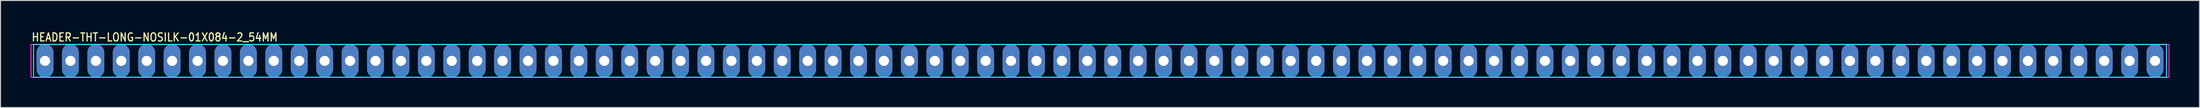
<source format=kicad_pcb>
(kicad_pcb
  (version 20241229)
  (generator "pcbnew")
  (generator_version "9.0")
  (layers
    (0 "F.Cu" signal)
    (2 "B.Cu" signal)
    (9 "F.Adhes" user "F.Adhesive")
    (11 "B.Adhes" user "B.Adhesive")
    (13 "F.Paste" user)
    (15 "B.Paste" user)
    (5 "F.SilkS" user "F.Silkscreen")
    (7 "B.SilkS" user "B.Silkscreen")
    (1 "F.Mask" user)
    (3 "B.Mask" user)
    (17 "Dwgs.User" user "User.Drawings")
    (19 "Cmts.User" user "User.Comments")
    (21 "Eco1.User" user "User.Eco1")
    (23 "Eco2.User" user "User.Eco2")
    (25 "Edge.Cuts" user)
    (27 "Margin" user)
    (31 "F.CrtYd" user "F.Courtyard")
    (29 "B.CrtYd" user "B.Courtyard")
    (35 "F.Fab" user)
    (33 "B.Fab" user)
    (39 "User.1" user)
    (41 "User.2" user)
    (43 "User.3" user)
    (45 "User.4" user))
  (footprint "HEADER-THT-LONG-NOSILK-01X084-2_54MM"
    (layer "F.Cu")
    (at 1.447 3.079)
    (property "Reference" "HEADER-THT-LONG-NOSILK-01X084-2_54MM" (at -1.4 -1.9 0) (unlocked yes) (layer "F.SilkS") (effects (font (size 0.813 0.695) (thickness 0.122)) (justify left bottom)))
    (fp_poly (pts (xy -1.143 -1.651) (xy 211.963 -1.651) (xy 211.963 1.651) (xy -1.143 1.651)) (stroke (width 0.1) (type solid)) (fill no) (layer "B.CrtYd"))
    (fp_poly (pts (xy -1.397 -1.651) (xy 212.217 -1.651) (xy 212.217 1.651) (xy -1.397 1.651)) (stroke (width 0.1) (type solid)) (fill no) (layer "F.CrtYd"))
    (pad "P$1" thru_hole oval (at 0 0 90) (size 3.387 1.693) (drill 1.016) (layers "*.Cu" "*.Mask"))
    (pad "P$2" thru_hole oval (at 2.54 0 90) (size 3.387 1.693) (drill 1.016) (layers "*.Cu" "*.Mask"))
    (pad "P$3" thru_hole oval (at 5.08 0 90) (size 3.387 1.693) (drill 1.016) (layers "*.Cu" "*.Mask"))
    (pad "P$4" thru_hole oval (at 7.62 0 90) (size 3.387 1.693) (drill 1.016) (layers "*.Cu" "*.Mask"))
    (pad "P$5" thru_hole oval (at 10.16 0 90) (size 3.387 1.693) (drill 1.016) (layers "*.Cu" "*.Mask"))
    (pad "P$6" thru_hole oval (at 12.7 0 90) (size 3.387 1.693) (drill 1.016) (layers "*.Cu" "*.Mask"))
    (pad "P$7" thru_hole oval (at 15.24 0 90) (size 3.387 1.693) (drill 1.016) (layers "*.Cu" "*.Mask"))
    (pad "P$8" thru_hole oval (at 17.78 0 90) (size 3.387 1.693) (drill 1.016) (layers "*.Cu" "*.Mask"))
    (pad "P$9" thru_hole oval (at 20.32 0 90) (size 3.387 1.693) (drill 1.016) (layers "*.Cu" "*.Mask"))
    (pad "P$10" thru_hole oval (at 22.86 0 90) (size 3.387 1.693) (drill 1.016) (layers "*.Cu" "*.Mask"))
    (pad "P$11" thru_hole oval (at 25.4 0 90) (size 3.387 1.693) (drill 1.016) (layers "*.Cu" "*.Mask"))
    (pad "P$12" thru_hole oval (at 27.94 0 90) (size 3.387 1.693) (drill 1.016) (layers "*.Cu" "*.Mask"))
    (pad "P$13" thru_hole oval (at 30.48 0 90) (size 3.387 1.693) (drill 1.016) (layers "*.Cu" "*.Mask"))
    (pad "P$14" thru_hole oval (at 33.02 0 90) (size 3.387 1.693) (drill 1.016) (layers "*.Cu" "*.Mask"))
    (pad "P$15" thru_hole oval (at 35.56 0 90) (size 3.387 1.693) (drill 1.016) (layers "*.Cu" "*.Mask"))
    (pad "P$16" thru_hole oval (at 38.1 0 90) (size 3.387 1.693) (drill 1.016) (layers "*.Cu" "*.Mask"))
    (pad "P$17" thru_hole oval (at 40.64 0 90) (size 3.387 1.693) (drill 1.016) (layers "*.Cu" "*.Mask"))
    (pad "P$18" thru_hole oval (at 43.18 0 90) (size 3.387 1.693) (drill 1.016) (layers "*.Cu" "*.Mask"))
    (pad "P$19" thru_hole oval (at 45.72 0 90) (size 3.387 1.693) (drill 1.016) (layers "*.Cu" "*.Mask"))
    (pad "P$20" thru_hole oval (at 48.26 0 90) (size 3.387 1.693) (drill 1.016) (layers "*.Cu" "*.Mask"))
    (pad "P$21" thru_hole oval (at 50.8 0 90) (size 3.387 1.693) (drill 1.016) (layers "*.Cu" "*.Mask"))
    (pad "P$22" thru_hole oval (at 53.34 0 90) (size 3.387 1.693) (drill 1.016) (layers "*.Cu" "*.Mask"))
    (pad "P$23" thru_hole oval (at 55.88 0 90) (size 3.387 1.693) (drill 1.016) (layers "*.Cu" "*.Mask"))
    (pad "P$24" thru_hole oval (at 58.42 0 90) (size 3.387 1.693) (drill 1.016) (layers "*.Cu" "*.Mask"))
    (pad "P$25" thru_hole oval (at 60.96 0 90) (size 3.387 1.693) (drill 1.016) (layers "*.Cu" "*.Mask"))
    (pad "P$26" thru_hole oval (at 63.5 0 90) (size 3.387 1.693) (drill 1.016) (layers "*.Cu" "*.Mask"))
    (pad "P$27" thru_hole oval (at 66.04 0 90) (size 3.387 1.693) (drill 1.016) (layers "*.Cu" "*.Mask"))
    (pad "P$28" thru_hole oval (at 68.58 0 90) (size 3.387 1.693) (drill 1.016) (layers "*.Cu" "*.Mask"))
    (pad "P$29" thru_hole oval (at 71.12 0 90) (size 3.387 1.693) (drill 1.016) (layers "*.Cu" "*.Mask"))
    (pad "P$30" thru_hole oval (at 73.66 0 90) (size 3.387 1.693) (drill 1.016) (layers "*.Cu" "*.Mask"))
    (pad "P$31" thru_hole oval (at 76.2 0 90) (size 3.387 1.693) (drill 1.016) (layers "*.Cu" "*.Mask"))
    (pad "P$32" thru_hole oval (at 78.74 0 90) (size 3.387 1.693) (drill 1.016) (layers "*.Cu" "*.Mask"))
    (pad "P$33" thru_hole oval (at 81.28 0 90) (size 3.387 1.693) (drill 1.016) (layers "*.Cu" "*.Mask"))
    (pad "P$34" thru_hole oval (at 83.82 0 90) (size 3.387 1.693) (drill 1.016) (layers "*.Cu" "*.Mask"))
    (pad "P$35" thru_hole oval (at 86.36 0 90) (size 3.387 1.693) (drill 1.016) (layers "*.Cu" "*.Mask"))
    (pad "P$36" thru_hole oval (at 88.9 0 90) (size 3.387 1.693) (drill 1.016) (layers "*.Cu" "*.Mask"))
    (pad "P$37" thru_hole oval (at 91.44 0 90) (size 3.387 1.693) (drill 1.016) (layers "*.Cu" "*.Mask"))
    (pad "P$38" thru_hole oval (at 93.98 0 90) (size 3.387 1.693) (drill 1.016) (layers "*.Cu" "*.Mask"))
    (pad "P$39" thru_hole oval (at 96.52 0 90) (size 3.387 1.693) (drill 1.016) (layers "*.Cu" "*.Mask"))
    (pad "P$40" thru_hole oval (at 99.06 0 90) (size 3.387 1.693) (drill 1.016) (layers "*.Cu" "*.Mask"))
    (pad "P$41" thru_hole oval (at 101.6 0 90) (size 3.387 1.693) (drill 1.016) (layers "*.Cu" "*.Mask"))
    (pad "P$42" thru_hole oval (at 104.14 0 90) (size 3.387 1.693) (drill 1.016) (layers "*.Cu" "*.Mask"))
    (pad "P$43" thru_hole oval (at 106.68 0 90) (size 3.387 1.693) (drill 1.016) (layers "*.Cu" "*.Mask"))
    (pad "P$44" thru_hole oval (at 109.22 0 90) (size 3.387 1.693) (drill 1.016) (layers "*.Cu" "*.Mask"))
    (pad "P$45" thru_hole oval (at 111.76 0 90) (size 3.387 1.693) (drill 1.016) (layers "*.Cu" "*.Mask"))
    (pad "P$46" thru_hole oval (at 114.3 0 90) (size 3.387 1.693) (drill 1.016) (layers "*.Cu" "*.Mask"))
    (pad "P$47" thru_hole oval (at 116.84 0 90) (size 3.387 1.693) (drill 1.016) (layers "*.Cu" "*.Mask"))
    (pad "P$48" thru_hole oval (at 119.38 0 90) (size 3.387 1.693) (drill 1.016) (layers "*.Cu" "*.Mask"))
    (pad "P$49" thru_hole oval (at 121.92 0 90) (size 3.387 1.693) (drill 1.016) (layers "*.Cu" "*.Mask"))
    (pad "P$50" thru_hole oval (at 124.46 0 90) (size 3.387 1.693) (drill 1.016) (layers "*.Cu" "*.Mask"))
    (pad "P$51" thru_hole oval (at 127 0 90) (size 3.387 1.693) (drill 1.016) (layers "*.Cu" "*.Mask"))
    (pad "P$52" thru_hole oval (at 129.54 0 90) (size 3.387 1.693) (drill 1.016) (layers "*.Cu" "*.Mask"))
    (pad "P$53" thru_hole oval (at 132.08 0 90) (size 3.387 1.693) (drill 1.016) (layers "*.Cu" "*.Mask"))
    (pad "P$54" thru_hole oval (at 134.62 0 90) (size 3.387 1.693) (drill 1.016) (layers "*.Cu" "*.Mask"))
    (pad "P$55" thru_hole oval (at 137.16 0 90) (size 3.387 1.693) (drill 1.016) (layers "*.Cu" "*.Mask"))
    (pad "P$56" thru_hole oval (at 139.7 0 90) (size 3.387 1.693) (drill 1.016) (layers "*.Cu" "*.Mask"))
    (pad "P$57" thru_hole oval (at 142.24 0 90) (size 3.387 1.693) (drill 1.016) (layers "*.Cu" "*.Mask"))
    (pad "P$58" thru_hole oval (at 144.78 0 90) (size 3.387 1.693) (drill 1.016) (layers "*.Cu" "*.Mask"))
    (pad "P$59" thru_hole oval (at 147.32 0 90) (size 3.387 1.693) (drill 1.016) (layers "*.Cu" "*.Mask"))
    (pad "P$60" thru_hole oval (at 149.86 0 90) (size 3.387 1.693) (drill 1.016) (layers "*.Cu" "*.Mask"))
    (pad "P$61" thru_hole oval (at 152.4 0 90) (size 3.387 1.693) (drill 1.016) (layers "*.Cu" "*.Mask"))
    (pad "P$62" thru_hole oval (at 154.94 0 90) (size 3.387 1.693) (drill 1.016) (layers "*.Cu" "*.Mask"))
    (pad "P$63" thru_hole oval (at 157.48 0 90) (size 3.387 1.693) (drill 1.016) (layers "*.Cu" "*.Mask"))
    (pad "P$64" thru_hole oval (at 160.02 0 90) (size 3.387 1.693) (drill 1.016) (layers "*.Cu" "*.Mask"))
    (pad "P$65" thru_hole oval (at 162.56 0 90) (size 3.387 1.693) (drill 1.016) (layers "*.Cu" "*.Mask"))
    (pad "P$66" thru_hole oval (at 165.1 0 90) (size 3.387 1.693) (drill 1.016) (layers "*.Cu" "*.Mask"))
    (pad "P$67" thru_hole oval (at 167.64 0 90) (size 3.387 1.693) (drill 1.016) (layers "*.Cu" "*.Mask"))
    (pad "P$68" thru_hole oval (at 170.18 0 90) (size 3.387 1.693) (drill 1.016) (layers "*.Cu" "*.Mask"))
    (pad "P$69" thru_hole oval (at 172.72 0 90) (size 3.387 1.693) (drill 1.016) (layers "*.Cu" "*.Mask"))
    (pad "P$70" thru_hole oval (at 175.26 0 90) (size 3.387 1.693) (drill 1.016) (layers "*.Cu" "*.Mask"))
    (pad "P$71" thru_hole oval (at 177.8 0 90) (size 3.387 1.693) (drill 1.016) (layers "*.Cu" "*.Mask"))
    (pad "P$72" thru_hole oval (at 180.34 0 90) (size 3.387 1.693) (drill 1.016) (layers "*.Cu" "*.Mask"))
    (pad "P$73" thru_hole oval (at 182.88 0 90) (size 3.387 1.693) (drill 1.016) (layers "*.Cu" "*.Mask"))
    (pad "P$74" thru_hole oval (at 185.42 0 90) (size 3.387 1.693) (drill 1.016) (layers "*.Cu" "*.Mask"))
    (pad "P$75" thru_hole oval (at 187.96 0 90) (size 3.387 1.693) (drill 1.016) (layers "*.Cu" "*.Mask"))
    (pad "P$76" thru_hole oval (at 190.5 0 90) (size 3.387 1.693) (drill 1.016) (layers "*.Cu" "*.Mask"))
    (pad "P$77" thru_hole oval (at 193.04 0 90) (size 3.387 1.693) (drill 1.016) (layers "*.Cu" "*.Mask"))
    (pad "P$78" thru_hole oval (at 195.58 0 90) (size 3.387 1.693) (drill 1.016) (layers "*.Cu" "*.Mask"))
    (pad "P$79" thru_hole oval (at 198.12 0 90) (size 3.387 1.693) (drill 1.016) (layers "*.Cu" "*.Mask"))
    (pad "P$80" thru_hole oval (at 200.66 0 90) (size 3.387 1.693) (drill 1.016) (layers "*.Cu" "*.Mask"))
    (pad "P$81" thru_hole oval (at 203.2 0 90) (size 3.387 1.693) (drill 1.016) (layers "*.Cu" "*.Mask"))
    (pad "P$82" thru_hole oval (at 205.74 0 90) (size 3.387 1.693) (drill 1.016) (layers "*.Cu" "*.Mask"))
    (pad "P$83" thru_hole oval (at 208.28 0 90) (size 3.387 1.693) (drill 1.016) (layers "*.Cu" "*.Mask"))
    (pad "P$84" thru_hole oval (at 210.82 0 90) (size 3.387 1.693) (drill 1.016) (layers "*.Cu" "*.Mask")))
  (gr_rect
    (start -3 -3)
    (end 216.714 7.78)
    (stroke (width 0.1) (type default))
    (fill no)
    (layer "Edge.Cuts")))
</source>
